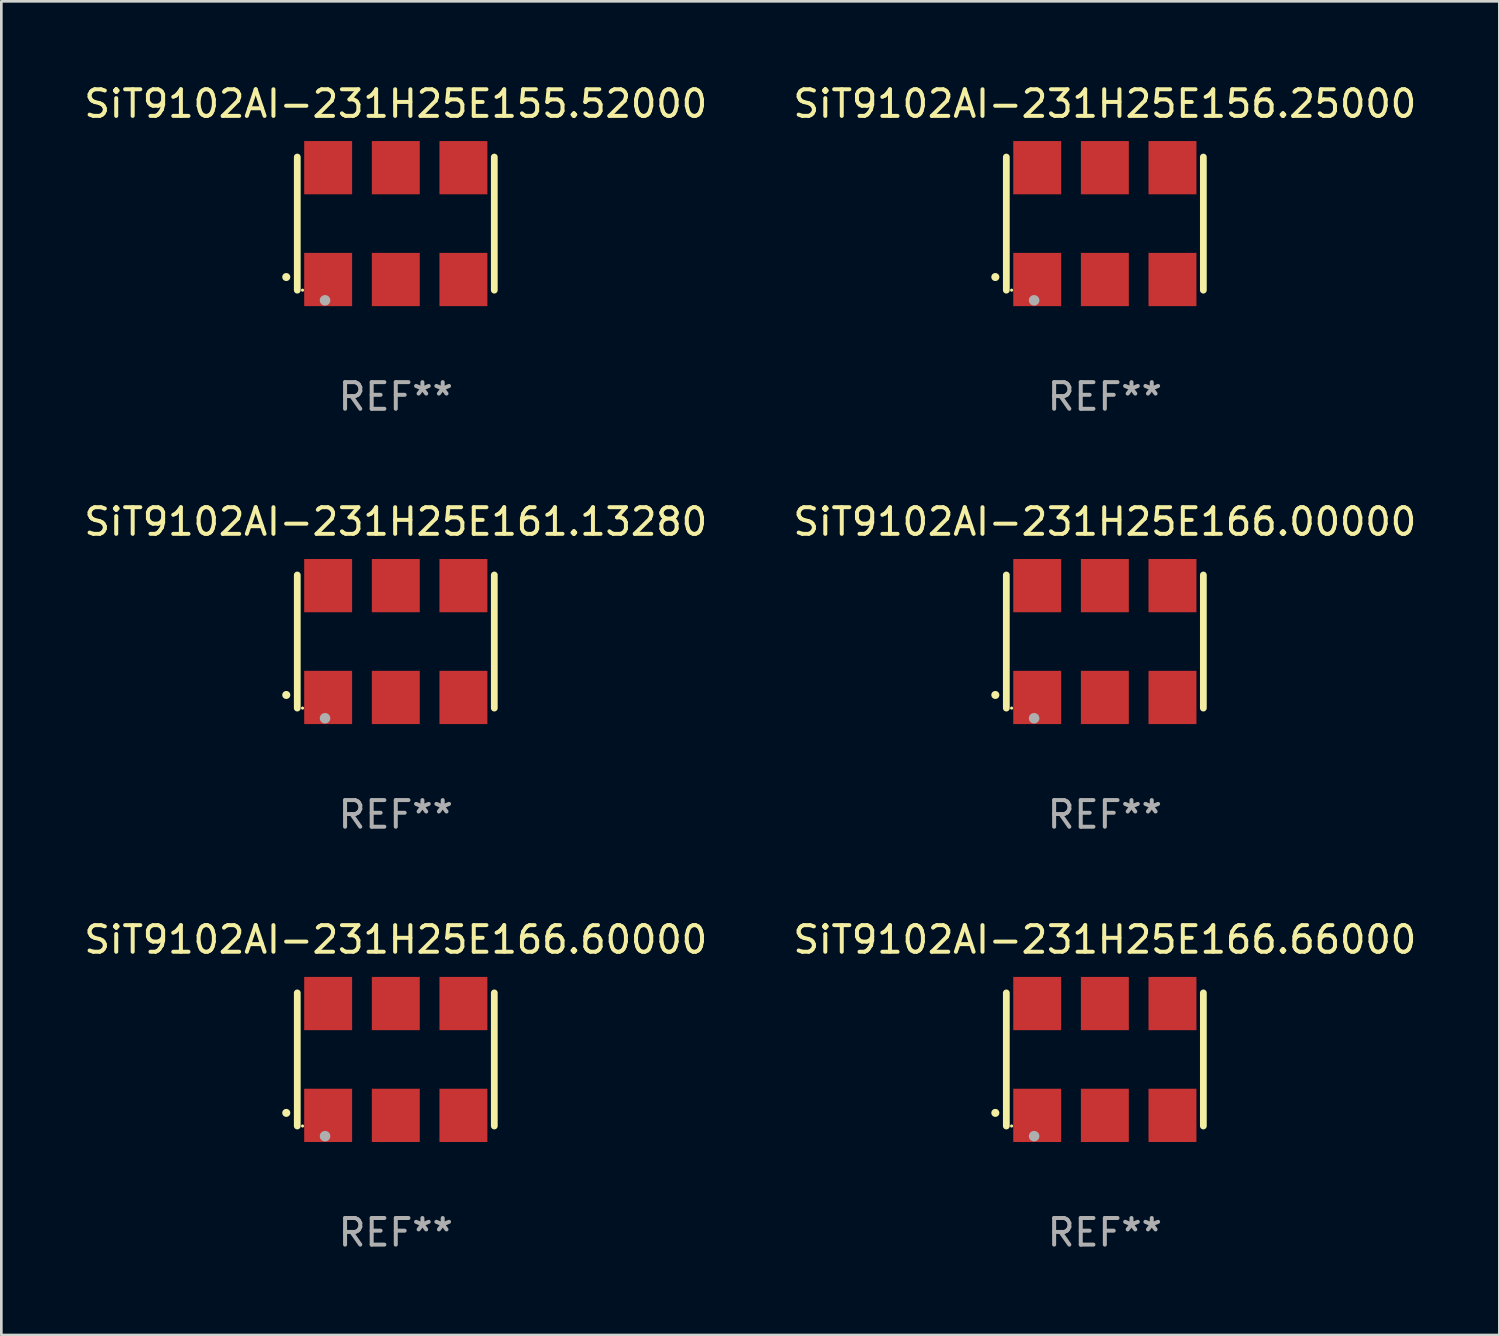
<source format=kicad_pcb>
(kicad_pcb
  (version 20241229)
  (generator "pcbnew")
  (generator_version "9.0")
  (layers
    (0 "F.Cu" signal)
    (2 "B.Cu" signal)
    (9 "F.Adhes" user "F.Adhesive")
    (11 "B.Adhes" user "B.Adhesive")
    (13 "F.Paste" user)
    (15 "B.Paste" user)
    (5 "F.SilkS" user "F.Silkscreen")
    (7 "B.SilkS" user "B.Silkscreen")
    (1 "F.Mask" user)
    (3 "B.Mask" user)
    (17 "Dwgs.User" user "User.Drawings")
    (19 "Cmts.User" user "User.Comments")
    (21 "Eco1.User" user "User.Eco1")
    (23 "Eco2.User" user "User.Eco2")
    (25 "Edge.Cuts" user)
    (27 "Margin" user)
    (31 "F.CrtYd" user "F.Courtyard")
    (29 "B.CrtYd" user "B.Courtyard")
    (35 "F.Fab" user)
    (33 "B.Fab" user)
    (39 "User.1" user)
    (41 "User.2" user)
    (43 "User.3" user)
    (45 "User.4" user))
  (footprint "SiT9102AI-231H25E156.25000"
    (layer "F.Cu")
    (at 38.446 5.348)
    (property "Reference" "SiT9102AI-231H25E156.25000" (at 0 -4.5 0) (layer "F.SilkS") (effects (font (size 1 1) (thickness 0.15))))
    (attr through_hole)
    (fp_line (start -3.7 -2.5) (end -3.7 2.5) (stroke (width 0.254) (type solid)) (layer "F.SilkS"))
    (fp_line (start 3.7 -2.5) (end 3.7 2.5) (stroke (width 0.254) (type solid)) (layer "F.SilkS"))
    (fp_arc (start -4.114415 2.006604) (mid -4.113145 2.006599) (end -4.111875 2.006604) (stroke (width 0.3) (type solid)) (layer "F.SilkS"))
    (fp_circle (center -3.502 2.5) (end -3.472 2.5) (stroke (width 0.06) (type solid)) (fill no) (layer "F.SilkS"))
    (fp_circle (center -2.657 2.882) (end -2.557 2.882) (stroke (width 0.2) (type solid)) (fill no) (layer "F.Fab"))
    (fp_text user "REF**" (at 0 6.5 0) (layer "F.Fab") (effects (font (size 1 1) (thickness 0.15))))
    (pad "1" smd rect (at -2.54 2.1) (size 1.8 2) (layers "F.Cu" "F.Mask" "F.Paste"))
    (pad "2" smd rect (at 0.000394 2.1) (size 1.8 2) (layers "F.Cu" "F.Mask" "F.Paste"))
    (pad "3" smd rect (at 2.54 2.1) (size 1.8 2) (layers "F.Cu" "F.Mask" "F.Paste"))
    (pad "4" smd rect (at 2.54 -2.1) (size 1.8 2) (layers "F.Cu" "F.Mask" "F.Paste"))
    (pad "5" smd rect (at 0.000394 -2.1) (size 1.8 2) (layers "F.Cu" "F.Mask" "F.Paste"))
    (pad "6" smd rect (at -2.54 -2.1) (size 1.8 2) (layers "F.Cu" "F.Mask" "F.Paste")))
  (footprint "SiT9102AI-231H25E161.13280"
    (layer "F.Cu")
    (at 11.815 21.045)
    (property "Reference" "SiT9102AI-231H25E161.13280" (at 0 -4.5 0) (layer "F.SilkS") (effects (font (size 1 1) (thickness 0.15))))
    (attr through_hole)
    (fp_line (start -3.7 -2.5) (end -3.7 2.5) (stroke (width 0.254) (type solid)) (layer "F.SilkS"))
    (fp_line (start 3.7 -2.5) (end 3.7 2.5) (stroke (width 0.254) (type solid)) (layer "F.SilkS"))
    (fp_arc (start -4.114415 2.006604) (mid -4.113145 2.006599) (end -4.111875 2.006604) (stroke (width 0.3) (type solid)) (layer "F.SilkS"))
    (fp_circle (center -3.502 2.5) (end -3.472 2.5) (stroke (width 0.06) (type solid)) (fill no) (layer "F.SilkS"))
    (fp_circle (center -2.657 2.882) (end -2.557 2.882) (stroke (width 0.2) (type solid)) (fill no) (layer "F.Fab"))
    (fp_text user "REF**" (at 0 6.5 0) (layer "F.Fab") (effects (font (size 1 1) (thickness 0.15))))
    (pad "1" smd rect (at -2.54 2.1) (size 1.8 2) (layers "F.Cu" "F.Mask" "F.Paste"))
    (pad "2" smd rect (at 0.000394 2.1) (size 1.8 2) (layers "F.Cu" "F.Mask" "F.Paste"))
    (pad "3" smd rect (at 2.54 2.1) (size 1.8 2) (layers "F.Cu" "F.Mask" "F.Paste"))
    (pad "4" smd rect (at 2.54 -2.1) (size 1.8 2) (layers "F.Cu" "F.Mask" "F.Paste"))
    (pad "5" smd rect (at 0.000394 -2.1) (size 1.8 2) (layers "F.Cu" "F.Mask" "F.Paste"))
    (pad "6" smd rect (at -2.54 -2.1) (size 1.8 2) (layers "F.Cu" "F.Mask" "F.Paste")))
  (footprint "SiT9102AI-231H25E166.66000"
    (layer "F.Cu")
    (at 38.446 36.741)
    (property "Reference" "SiT9102AI-231H25E166.66000" (at 0 -4.5 0) (layer "F.SilkS") (effects (font (size 1 1) (thickness 0.15))))
    (attr through_hole)
    (fp_line (start -3.7 -2.5) (end -3.7 2.5) (stroke (width 0.254) (type solid)) (layer "F.SilkS"))
    (fp_line (start 3.7 -2.5) (end 3.7 2.5) (stroke (width 0.254) (type solid)) (layer "F.SilkS"))
    (fp_arc (start -4.114415 2.006604) (mid -4.113145 2.006599) (end -4.111875 2.006604) (stroke (width 0.3) (type solid)) (layer "F.SilkS"))
    (fp_circle (center -3.502 2.5) (end -3.472 2.5) (stroke (width 0.06) (type solid)) (fill no) (layer "F.SilkS"))
    (fp_circle (center -2.657 2.882) (end -2.557 2.882) (stroke (width 0.2) (type solid)) (fill no) (layer "F.Fab"))
    (fp_text user "REF**" (at 0 6.5 0) (layer "F.Fab") (effects (font (size 1 1) (thickness 0.15))))
    (pad "1" smd rect (at -2.54 2.1) (size 1.8 2) (layers "F.Cu" "F.Mask" "F.Paste"))
    (pad "2" smd rect (at 0.000394 2.1) (size 1.8 2) (layers "F.Cu" "F.Mask" "F.Paste"))
    (pad "3" smd rect (at 2.54 2.1) (size 1.8 2) (layers "F.Cu" "F.Mask" "F.Paste"))
    (pad "4" smd rect (at 2.54 -2.1) (size 1.8 2) (layers "F.Cu" "F.Mask" "F.Paste"))
    (pad "5" smd rect (at 0.000394 -2.1) (size 1.8 2) (layers "F.Cu" "F.Mask" "F.Paste"))
    (pad "6" smd rect (at -2.54 -2.1) (size 1.8 2) (layers "F.Cu" "F.Mask" "F.Paste")))
  (footprint "SiT9102AI-231H25E155.52000"
    (layer "F.Cu")
    (at 11.815 5.348)
    (property "Reference" "SiT9102AI-231H25E155.52000" (at 0 -4.5 0) (layer "F.SilkS") (effects (font (size 1 1) (thickness 0.15))))
    (attr through_hole)
    (fp_line (start -3.7 -2.5) (end -3.7 2.5) (stroke (width 0.254) (type solid)) (layer "F.SilkS"))
    (fp_line (start 3.7 -2.5) (end 3.7 2.5) (stroke (width 0.254) (type solid)) (layer "F.SilkS"))
    (fp_arc (start -4.114415 2.006604) (mid -4.113145 2.006599) (end -4.111875 2.006604) (stroke (width 0.3) (type solid)) (layer "F.SilkS"))
    (fp_circle (center -3.502 2.5) (end -3.472 2.5) (stroke (width 0.06) (type solid)) (fill no) (layer "F.SilkS"))
    (fp_circle (center -2.657 2.882) (end -2.557 2.882) (stroke (width 0.2) (type solid)) (fill no) (layer "F.Fab"))
    (fp_text user "REF**" (at 0 6.5 0) (layer "F.Fab") (effects (font (size 1 1) (thickness 0.15))))
    (pad "1" smd rect (at -2.54 2.1) (size 1.8 2) (layers "F.Cu" "F.Mask" "F.Paste"))
    (pad "2" smd rect (at 0.000394 2.1) (size 1.8 2) (layers "F.Cu" "F.Mask" "F.Paste"))
    (pad "3" smd rect (at 2.54 2.1) (size 1.8 2) (layers "F.Cu" "F.Mask" "F.Paste"))
    (pad "4" smd rect (at 2.54 -2.1) (size 1.8 2) (layers "F.Cu" "F.Mask" "F.Paste"))
    (pad "5" smd rect (at 0.000394 -2.1) (size 1.8 2) (layers "F.Cu" "F.Mask" "F.Paste"))
    (pad "6" smd rect (at -2.54 -2.1) (size 1.8 2) (layers "F.Cu" "F.Mask" "F.Paste")))
  (footprint "SiT9102AI-231H25E166.60000"
    (layer "F.Cu")
    (at 11.815 36.741)
    (property "Reference" "SiT9102AI-231H25E166.60000" (at 0 -4.5 0) (layer "F.SilkS") (effects (font (size 1 1) (thickness 0.15))))
    (attr through_hole)
    (fp_line (start -3.7 -2.5) (end -3.7 2.5) (stroke (width 0.254) (type solid)) (layer "F.SilkS"))
    (fp_line (start 3.7 -2.5) (end 3.7 2.5) (stroke (width 0.254) (type solid)) (layer "F.SilkS"))
    (fp_arc (start -4.114415 2.006604) (mid -4.113145 2.006599) (end -4.111875 2.006604) (stroke (width 0.3) (type solid)) (layer "F.SilkS"))
    (fp_circle (center -3.502 2.5) (end -3.472 2.5) (stroke (width 0.06) (type solid)) (fill no) (layer "F.SilkS"))
    (fp_circle (center -2.657 2.882) (end -2.557 2.882) (stroke (width 0.2) (type solid)) (fill no) (layer "F.Fab"))
    (fp_text user "REF**" (at 0 6.5 0) (layer "F.Fab") (effects (font (size 1 1) (thickness 0.15))))
    (pad "1" smd rect (at -2.54 2.1) (size 1.8 2) (layers "F.Cu" "F.Mask" "F.Paste"))
    (pad "2" smd rect (at 0.000394 2.1) (size 1.8 2) (layers "F.Cu" "F.Mask" "F.Paste"))
    (pad "3" smd rect (at 2.54 2.1) (size 1.8 2) (layers "F.Cu" "F.Mask" "F.Paste"))
    (pad "4" smd rect (at 2.54 -2.1) (size 1.8 2) (layers "F.Cu" "F.Mask" "F.Paste"))
    (pad "5" smd rect (at 0.000394 -2.1) (size 1.8 2) (layers "F.Cu" "F.Mask" "F.Paste"))
    (pad "6" smd rect (at -2.54 -2.1) (size 1.8 2) (layers "F.Cu" "F.Mask" "F.Paste")))
  (footprint "SiT9102AI-231H25E166.00000"
    (layer "F.Cu")
    (at 38.446 21.045)
    (property "Reference" "SiT9102AI-231H25E166.00000" (at 0 -4.5 0) (layer "F.SilkS") (effects (font (size 1 1) (thickness 0.15))))
    (attr through_hole)
    (fp_line (start -3.7 -2.5) (end -3.7 2.5) (stroke (width 0.254) (type solid)) (layer "F.SilkS"))
    (fp_line (start 3.7 -2.5) (end 3.7 2.5) (stroke (width 0.254) (type solid)) (layer "F.SilkS"))
    (fp_arc (start -4.114415 2.006604) (mid -4.113145 2.006599) (end -4.111875 2.006604) (stroke (width 0.3) (type solid)) (layer "F.SilkS"))
    (fp_circle (center -3.502 2.5) (end -3.472 2.5) (stroke (width 0.06) (type solid)) (fill no) (layer "F.SilkS"))
    (fp_circle (center -2.657 2.882) (end -2.557 2.882) (stroke (width 0.2) (type solid)) (fill no) (layer "F.Fab"))
    (fp_text user "REF**" (at 0 6.5 0) (layer "F.Fab") (effects (font (size 1 1) (thickness 0.15))))
    (pad "1" smd rect (at -2.54 2.1) (size 1.8 2) (layers "F.Cu" "F.Mask" "F.Paste"))
    (pad "2" smd rect (at 0.000394 2.1) (size 1.8 2) (layers "F.Cu" "F.Mask" "F.Paste"))
    (pad "3" smd rect (at 2.54 2.1) (size 1.8 2) (layers "F.Cu" "F.Mask" "F.Paste"))
    (pad "4" smd rect (at 2.54 -2.1) (size 1.8 2) (layers "F.Cu" "F.Mask" "F.Paste"))
    (pad "5" smd rect (at 0.000394 -2.1) (size 1.8 2) (layers "F.Cu" "F.Mask" "F.Paste"))
    (pad "6" smd rect (at -2.54 -2.1) (size 1.8 2) (layers "F.Cu" "F.Mask" "F.Paste")))
  (gr_rect
    (start -3 -3)
    (end 53.262 47.09)
    (stroke (width 0.1) (type default))
    (fill no)
    (layer "Edge.Cuts")))
</source>
